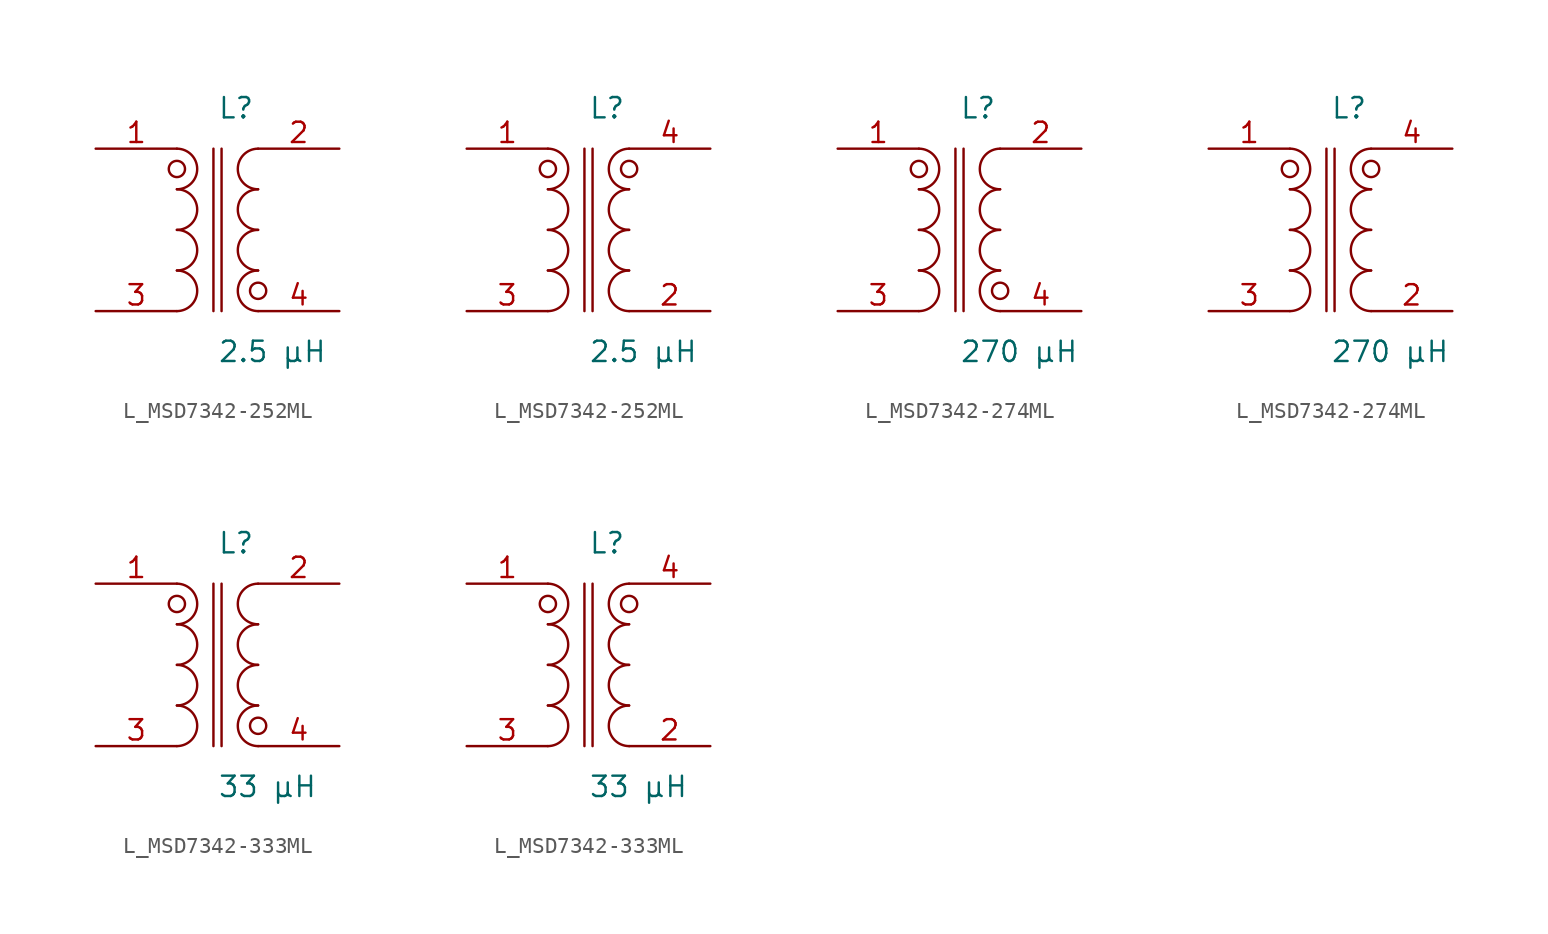
<source format=kicad_sym>
(kicad_symbol_lib
  (version 20231120)
  (generator kicad_symbol_editor)
  (generator_version 8.0)
  (symbol "L_MSD7342-252ML"
    (pin_names
      (offset 0.254))
    (property "Reference" "L"
      (at 0 7.62 0)
      (effects (font (size 1.27 1.27)) (justify left)))
    (property "Value" "2.5 µH"
      (at 0 -7.62 0)
      (effects (font (size 1.27 1.27)) (justify left)))
    (symbol "L_MSD7342-252ML_1_1"
      (arc (start -2.54 -5.08) (mid -1.27 -3.81) (end -2.54 -2.54) (stroke (width 0) (type default)) (fill (type none)))
      (arc (start -2.54 -2.54) (mid -1.27 -1.27) (end -2.54 0.0) (stroke (width 0) (type default)) (fill (type none)))
      (arc (start -2.54 0.0) (mid -1.27 1.27) (end -2.54 2.54) (stroke (width 0) (type default)) (fill (type none)))
      (arc (start -2.54 2.54) (mid -1.27 3.81) (end -2.54 5.08) (stroke (width 0) (type default)) (fill (type none)))
      (arc (start 2.54 -5.08) (mid 1.27 -3.81) (end 2.54 -2.54) (stroke (width 0) (type default)) (fill (type none)))
      (arc (start 2.54 -2.54) (mid 1.27 -1.27) (end 2.54 0.0) (stroke (width 0) (type default)) (fill (type none)))
      (arc (start 2.54 0.0) (mid 1.27 1.27) (end 2.54 2.54) (stroke (width 0) (type default)) (fill (type none)))
      (arc (start 2.54 2.54) (mid 1.27 3.81) (end 2.54 5.08) (stroke (width 0) (type default)) (fill (type none)))
      (circle (center -2.54 3.81) (radius 0.508) (stroke (width 0) (type default)) (fill (type none)))
      (circle (center 2.54 -3.81) (radius 0.508) (stroke (width 0) (type default)) (fill (type none)))
      (polyline (pts (xy -0.254 5.08) (xy -0.254 -5.08)) (stroke (width 0) (type default)) (fill (type none)))
      (polyline (pts (xy 0.254 5.08) (xy 0.254 -5.08)) (stroke (width 0) (type default)) (fill (type none)))
      (pin passive line (at -7.62 5.08 0) (length 5.08) (name "" (effects (font (size 1.27 1.27)))) (number "1" (effects (font (size 1.27 1.27)))))
      (pin passive line (at -7.62 -5.08 0) (length 5.08) (name "" (effects (font (size 1.27 1.27)))) (number "3" (effects (font (size 1.27 1.27)))))
      (pin passive line (at 7.62 5.08 180) (length 5.08) (name "" (effects (font (size 1.27 1.27)))) (number "2" (effects (font (size 1.27 1.27)))))
      (pin passive line (at 7.62 -5.08 180) (length 5.08) (name "" (effects (font (size 1.27 1.27)))) (number "4" (effects (font (size 1.27 1.27))))))
    (symbol "L_MSD7342-252ML_1_2"
      (arc (start -2.54 -5.08) (mid -1.27 -3.81) (end -2.54 -2.54) (stroke (width 0) (type default)) (fill (type none)))
      (arc (start -2.54 -2.54) (mid -1.27 -1.27) (end -2.54 0.0) (stroke (width 0) (type default)) (fill (type none)))
      (arc (start -2.54 0.0) (mid -1.27 1.27) (end -2.54 2.54) (stroke (width 0) (type default)) (fill (type none)))
      (arc (start -2.54 2.54) (mid -1.27 3.81) (end -2.54 5.08) (stroke (width 0) (type default)) (fill (type none)))
      (arc (start 2.54 -5.08) (mid 1.27 -3.81) (end 2.54 -2.54) (stroke (width 0) (type default)) (fill (type none)))
      (arc (start 2.54 -2.54) (mid 1.27 -1.27) (end 2.54 0.0) (stroke (width 0) (type default)) (fill (type none)))
      (arc (start 2.54 0.0) (mid 1.27 1.27) (end 2.54 2.54) (stroke (width 0) (type default)) (fill (type none)))
      (arc (start 2.54 2.54) (mid 1.27 3.81) (end 2.54 5.08) (stroke (width 0) (type default)) (fill (type none)))
      (circle (center -2.54 3.81) (radius 0.508) (stroke (width 0) (type default)) (fill (type none)))
      (circle (center 2.54 3.81) (radius 0.508) (stroke (width 0) (type default)) (fill (type none)))
      (polyline (pts (xy -0.254 5.08) (xy -0.254 -5.08)) (stroke (width 0) (type default)) (fill (type none)))
      (polyline (pts (xy 0.254 5.08) (xy 0.254 -5.08)) (stroke (width 0) (type default)) (fill (type none)))
      (pin passive line (at -7.62 5.08 0) (length 5.08) (name "" (effects (font (size 1.27 1.27)))) (number "1" (effects (font (size 1.27 1.27)))))
      (pin passive line (at -7.62 -5.08 0) (length 5.08) (name "" (effects (font (size 1.27 1.27)))) (number "3" (effects (font (size 1.27 1.27)))))
      (pin passive line (at 7.62 -5.08 180) (length 5.08) (name "" (effects (font (size 1.27 1.27)))) (number "2" (effects (font (size 1.27 1.27)))))
      (pin passive line (at 7.62 5.08 180) (length 5.08) (name "" (effects (font (size 1.27 1.27)))) (number "4" (effects (font (size 1.27 1.27)))))))
  (symbol "L_MSD7342-274ML"
    (pin_names
      (offset 0.254))
    (property "Reference" "L"
      (at 0 7.62 0)
      (effects (font (size 1.27 1.27)) (justify left)))
    (property "Value" "270 µH"
      (at 0 -7.62 0)
      (effects (font (size 1.27 1.27)) (justify left)))
    (symbol "L_MSD7342-274ML_1_1"
      (arc (start -2.54 -5.08) (mid -1.27 -3.81) (end -2.54 -2.54) (stroke (width 0) (type default)) (fill (type none)))
      (arc (start -2.54 -2.54) (mid -1.27 -1.27) (end -2.54 0.0) (stroke (width 0) (type default)) (fill (type none)))
      (arc (start -2.54 0.0) (mid -1.27 1.27) (end -2.54 2.54) (stroke (width 0) (type default)) (fill (type none)))
      (arc (start -2.54 2.54) (mid -1.27 3.81) (end -2.54 5.08) (stroke (width 0) (type default)) (fill (type none)))
      (arc (start 2.54 -5.08) (mid 1.27 -3.81) (end 2.54 -2.54) (stroke (width 0) (type default)) (fill (type none)))
      (arc (start 2.54 -2.54) (mid 1.27 -1.27) (end 2.54 0.0) (stroke (width 0) (type default)) (fill (type none)))
      (arc (start 2.54 0.0) (mid 1.27 1.27) (end 2.54 2.54) (stroke (width 0) (type default)) (fill (type none)))
      (arc (start 2.54 2.54) (mid 1.27 3.81) (end 2.54 5.08) (stroke (width 0) (type default)) (fill (type none)))
      (circle (center -2.54 3.81) (radius 0.508) (stroke (width 0) (type default)) (fill (type none)))
      (circle (center 2.54 -3.81) (radius 0.508) (stroke (width 0) (type default)) (fill (type none)))
      (polyline (pts (xy -0.254 5.08) (xy -0.254 -5.08)) (stroke (width 0) (type default)) (fill (type none)))
      (polyline (pts (xy 0.254 5.08) (xy 0.254 -5.08)) (stroke (width 0) (type default)) (fill (type none)))
      (pin passive line (at -7.62 5.08 0) (length 5.08) (name "" (effects (font (size 1.27 1.27)))) (number "1" (effects (font (size 1.27 1.27)))))
      (pin passive line (at -7.62 -5.08 0) (length 5.08) (name "" (effects (font (size 1.27 1.27)))) (number "3" (effects (font (size 1.27 1.27)))))
      (pin passive line (at 7.62 5.08 180) (length 5.08) (name "" (effects (font (size 1.27 1.27)))) (number "2" (effects (font (size 1.27 1.27)))))
      (pin passive line (at 7.62 -5.08 180) (length 5.08) (name "" (effects (font (size 1.27 1.27)))) (number "4" (effects (font (size 1.27 1.27))))))
    (symbol "L_MSD7342-274ML_1_2"
      (arc (start -2.54 -5.08) (mid -1.27 -3.81) (end -2.54 -2.54) (stroke (width 0) (type default)) (fill (type none)))
      (arc (start -2.54 -2.54) (mid -1.27 -1.27) (end -2.54 0.0) (stroke (width 0) (type default)) (fill (type none)))
      (arc (start -2.54 0.0) (mid -1.27 1.27) (end -2.54 2.54) (stroke (width 0) (type default)) (fill (type none)))
      (arc (start -2.54 2.54) (mid -1.27 3.81) (end -2.54 5.08) (stroke (width 0) (type default)) (fill (type none)))
      (arc (start 2.54 -5.08) (mid 1.27 -3.81) (end 2.54 -2.54) (stroke (width 0) (type default)) (fill (type none)))
      (arc (start 2.54 -2.54) (mid 1.27 -1.27) (end 2.54 0.0) (stroke (width 0) (type default)) (fill (type none)))
      (arc (start 2.54 0.0) (mid 1.27 1.27) (end 2.54 2.54) (stroke (width 0) (type default)) (fill (type none)))
      (arc (start 2.54 2.54) (mid 1.27 3.81) (end 2.54 5.08) (stroke (width 0) (type default)) (fill (type none)))
      (circle (center -2.54 3.81) (radius 0.508) (stroke (width 0) (type default)) (fill (type none)))
      (circle (center 2.54 3.81) (radius 0.508) (stroke (width 0) (type default)) (fill (type none)))
      (polyline (pts (xy -0.254 5.08) (xy -0.254 -5.08)) (stroke (width 0) (type default)) (fill (type none)))
      (polyline (pts (xy 0.254 5.08) (xy 0.254 -5.08)) (stroke (width 0) (type default)) (fill (type none)))
      (pin passive line (at -7.62 5.08 0) (length 5.08) (name "" (effects (font (size 1.27 1.27)))) (number "1" (effects (font (size 1.27 1.27)))))
      (pin passive line (at -7.62 -5.08 0) (length 5.08) (name "" (effects (font (size 1.27 1.27)))) (number "3" (effects (font (size 1.27 1.27)))))
      (pin passive line (at 7.62 -5.08 180) (length 5.08) (name "" (effects (font (size 1.27 1.27)))) (number "2" (effects (font (size 1.27 1.27)))))
      (pin passive line (at 7.62 5.08 180) (length 5.08) (name "" (effects (font (size 1.27 1.27)))) (number "4" (effects (font (size 1.27 1.27)))))))
  (symbol "L_MSD7342-333ML"
    (pin_names
      (offset 0.254))
    (property "Reference" "L"
      (at 0 7.62 0)
      (effects (font (size 1.27 1.27)) (justify left)))
    (property "Value" "33 µH"
      (at 0 -7.62 0)
      (effects (font (size 1.27 1.27)) (justify left)))
    (symbol "L_MSD7342-333ML_1_1"
      (arc (start -2.54 -5.08) (mid -1.27 -3.81) (end -2.54 -2.54) (stroke (width 0) (type default)) (fill (type none)))
      (arc (start -2.54 -2.54) (mid -1.27 -1.27) (end -2.54 0.0) (stroke (width 0) (type default)) (fill (type none)))
      (arc (start -2.54 0.0) (mid -1.27 1.27) (end -2.54 2.54) (stroke (width 0) (type default)) (fill (type none)))
      (arc (start -2.54 2.54) (mid -1.27 3.81) (end -2.54 5.08) (stroke (width 0) (type default)) (fill (type none)))
      (arc (start 2.54 -5.08) (mid 1.27 -3.81) (end 2.54 -2.54) (stroke (width 0) (type default)) (fill (type none)))
      (arc (start 2.54 -2.54) (mid 1.27 -1.27) (end 2.54 0.0) (stroke (width 0) (type default)) (fill (type none)))
      (arc (start 2.54 0.0) (mid 1.27 1.27) (end 2.54 2.54) (stroke (width 0) (type default)) (fill (type none)))
      (arc (start 2.54 2.54) (mid 1.27 3.81) (end 2.54 5.08) (stroke (width 0) (type default)) (fill (type none)))
      (circle (center -2.54 3.81) (radius 0.508) (stroke (width 0) (type default)) (fill (type none)))
      (circle (center 2.54 -3.81) (radius 0.508) (stroke (width 0) (type default)) (fill (type none)))
      (polyline (pts (xy -0.254 5.08) (xy -0.254 -5.08)) (stroke (width 0) (type default)) (fill (type none)))
      (polyline (pts (xy 0.254 5.08) (xy 0.254 -5.08)) (stroke (width 0) (type default)) (fill (type none)))
      (pin passive line (at -7.62 5.08 0) (length 5.08) (name "" (effects (font (size 1.27 1.27)))) (number "1" (effects (font (size 1.27 1.27)))))
      (pin passive line (at -7.62 -5.08 0) (length 5.08) (name "" (effects (font (size 1.27 1.27)))) (number "3" (effects (font (size 1.27 1.27)))))
      (pin passive line (at 7.62 5.08 180) (length 5.08) (name "" (effects (font (size 1.27 1.27)))) (number "2" (effects (font (size 1.27 1.27)))))
      (pin passive line (at 7.62 -5.08 180) (length 5.08) (name "" (effects (font (size 1.27 1.27)))) (number "4" (effects (font (size 1.27 1.27))))))
    (symbol "L_MSD7342-333ML_1_2"
      (arc (start -2.54 -5.08) (mid -1.27 -3.81) (end -2.54 -2.54) (stroke (width 0) (type default)) (fill (type none)))
      (arc (start -2.54 -2.54) (mid -1.27 -1.27) (end -2.54 0.0) (stroke (width 0) (type default)) (fill (type none)))
      (arc (start -2.54 0.0) (mid -1.27 1.27) (end -2.54 2.54) (stroke (width 0) (type default)) (fill (type none)))
      (arc (start -2.54 2.54) (mid -1.27 3.81) (end -2.54 5.08) (stroke (width 0) (type default)) (fill (type none)))
      (arc (start 2.54 -5.08) (mid 1.27 -3.81) (end 2.54 -2.54) (stroke (width 0) (type default)) (fill (type none)))
      (arc (start 2.54 -2.54) (mid 1.27 -1.27) (end 2.54 0.0) (stroke (width 0) (type default)) (fill (type none)))
      (arc (start 2.54 0.0) (mid 1.27 1.27) (end 2.54 2.54) (stroke (width 0) (type default)) (fill (type none)))
      (arc (start 2.54 2.54) (mid 1.27 3.81) (end 2.54 5.08) (stroke (width 0) (type default)) (fill (type none)))
      (circle (center -2.54 3.81) (radius 0.508) (stroke (width 0) (type default)) (fill (type none)))
      (circle (center 2.54 3.81) (radius 0.508) (stroke (width 0) (type default)) (fill (type none)))
      (polyline (pts (xy -0.254 5.08) (xy -0.254 -5.08)) (stroke (width 0) (type default)) (fill (type none)))
      (polyline (pts (xy 0.254 5.08) (xy 0.254 -5.08)) (stroke (width 0) (type default)) (fill (type none)))
      (pin passive line (at -7.62 5.08 0) (length 5.08) (name "" (effects (font (size 1.27 1.27)))) (number "1" (effects (font (size 1.27 1.27)))))
      (pin passive line (at -7.62 -5.08 0) (length 5.08) (name "" (effects (font (size 1.27 1.27)))) (number "3" (effects (font (size 1.27 1.27)))))
      (pin passive line (at 7.62 -5.08 180) (length 5.08) (name "" (effects (font (size 1.27 1.27)))) (number "2" (effects (font (size 1.27 1.27)))))
      (pin passive line (at 7.62 5.08 180) (length 5.08) (name "" (effects (font (size 1.27 1.27)))) (number "4" (effects (font (size 1.27 1.27))))))))
</source>
